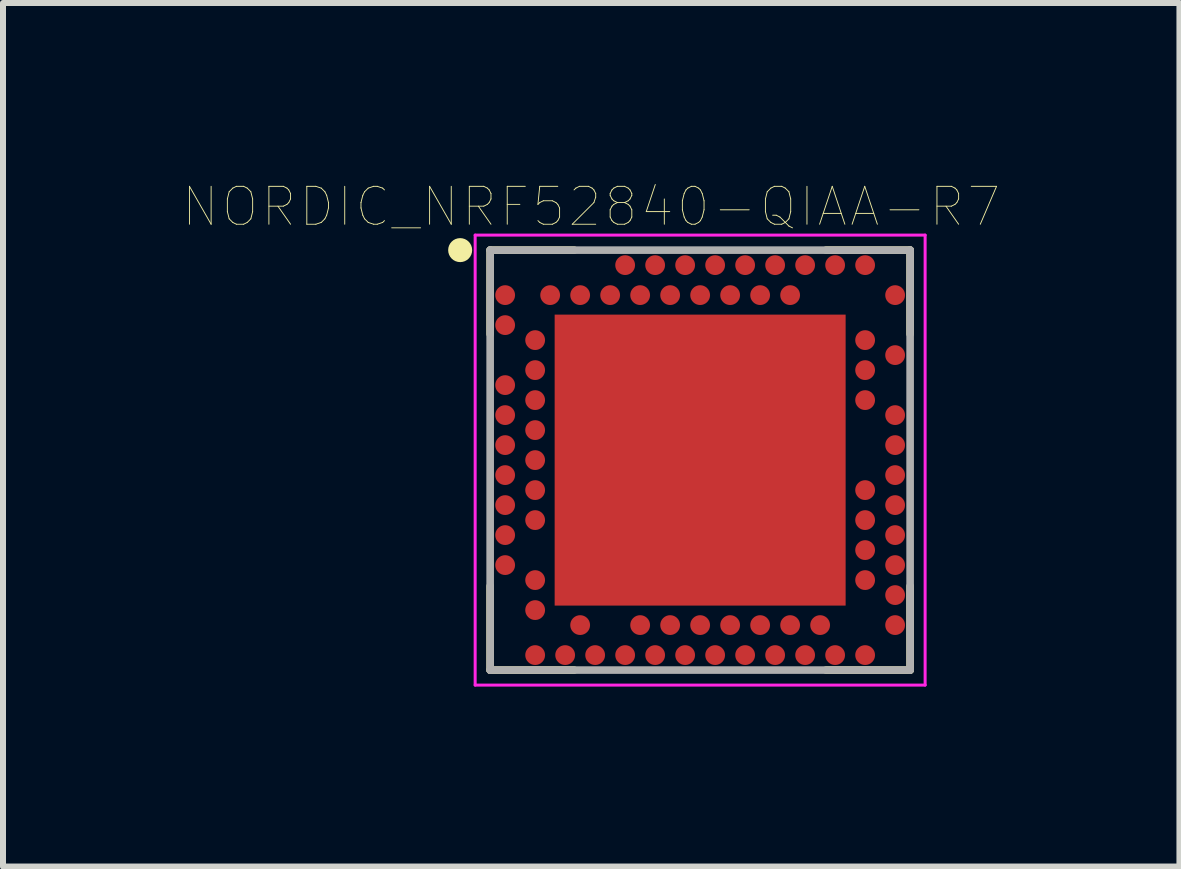
<source format=kicad_pcb>
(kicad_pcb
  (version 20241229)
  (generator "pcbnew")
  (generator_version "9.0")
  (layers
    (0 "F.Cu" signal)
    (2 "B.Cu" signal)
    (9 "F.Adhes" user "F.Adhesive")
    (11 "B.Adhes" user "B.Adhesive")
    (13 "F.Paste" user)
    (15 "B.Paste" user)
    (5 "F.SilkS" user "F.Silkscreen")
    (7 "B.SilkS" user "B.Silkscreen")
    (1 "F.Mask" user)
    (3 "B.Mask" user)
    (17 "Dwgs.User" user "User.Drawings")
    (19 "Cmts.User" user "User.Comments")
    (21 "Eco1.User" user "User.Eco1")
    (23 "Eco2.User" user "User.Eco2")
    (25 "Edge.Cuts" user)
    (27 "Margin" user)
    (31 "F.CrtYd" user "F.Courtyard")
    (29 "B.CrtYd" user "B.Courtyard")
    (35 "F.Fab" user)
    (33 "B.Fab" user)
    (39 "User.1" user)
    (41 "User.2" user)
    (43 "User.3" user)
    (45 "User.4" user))
  (footprint "NORDIC_NRF52840-QIAA-R7"
    (layer "F.Cu")
    (at 8.62 4.619)
    (property "Reference" "NORDIC_NRF52840-QIAA-R7" (at -1.816 -4.223 0) (layer "F.SilkS") (effects (font (size 0.632 0.632) (thickness 0.015))))
    (attr through_hole)
    (fp_line (start -3.5 -2.1) (end -3.5 -3.5) (stroke (width 0.127) (type solid)) (layer "F.SilkS"))
    (fp_line (start -3.5 2.1) (end -3.5 3.5) (stroke (width 0.127) (type solid)) (layer "F.SilkS"))
    (fp_line (start -3.5 3.5) (end -2.1 3.5) (stroke (width 0.127) (type solid)) (layer "F.SilkS"))
    (fp_line (start -2.1 -3.5) (end -3.5 -3.5) (stroke (width 0.127) (type solid)) (layer "F.SilkS"))
    (fp_line (start 2.1 3.5) (end 3.5 3.5) (stroke (width 0.127) (type solid)) (layer "F.SilkS"))
    (fp_line (start 3.5 -3.5) (end 2.1 -3.5) (stroke (width 0.127) (type solid)) (layer "F.SilkS"))
    (fp_line (start 3.5 -2.1) (end 3.5 -3.5) (stroke (width 0.127) (type solid)) (layer "F.SilkS"))
    (fp_line (start 3.5 3.5) (end 3.5 2.1) (stroke (width 0.127) (type solid)) (layer "F.SilkS"))
    (fp_circle (center -4 -3.5) (end -3.9 -3.5) (stroke (width 0.2) (type solid)) (fill no) (layer "F.SilkS"))
    (fp_poly (pts (xy -1.531 -1.53) (xy 1.53 -1.53) (xy 1.53 1.531) (xy -1.531 1.531)) (stroke (width 0.01) (type solid)) (fill yes) (layer "F.Paste"))
    (fp_line (start -3.75 -3.75) (end -3.75 3.75) (stroke (width 0.05) (type solid)) (layer "F.CrtYd"))
    (fp_line (start -3.75 3.75) (end 3.75 3.75) (stroke (width 0.05) (type solid)) (layer "F.CrtYd"))
    (fp_line (start 3.75 -3.75) (end -3.75 -3.75) (stroke (width 0.05) (type solid)) (layer "F.CrtYd"))
    (fp_line (start 3.75 3.75) (end 3.75 -3.75) (stroke (width 0.05) (type solid)) (layer "F.CrtYd"))
    (fp_line (start -3.5 -3.5) (end -3.5 3.5) (stroke (width 0.127) (type solid)) (layer "F.Fab"))
    (fp_line (start -3.5 3.5) (end 3.5 3.5) (stroke (width 0.127) (type solid)) (layer "F.Fab"))
    (fp_line (start 3.5 -3.5) (end -3.5 -3.5) (stroke (width 0.127) (type solid)) (layer "F.Fab"))
    (fp_line (start 3.5 3.5) (end 3.5 -3.5) (stroke (width 0.127) (type solid)) (layer "F.Fab"))
    (pad "A8" smd circle (at -1.25 -3.25) (size 0.33 0.33) (layers "F.Cu" "F.Mask" "F.Paste"))
    (pad "A10" smd circle (at -0.75 -3.25) (size 0.33 0.33) (layers "F.Cu" "F.Mask" "F.Paste"))
    (pad "A12" smd circle (at -0.25 -3.25) (size 0.33 0.33) (layers "F.Cu" "F.Mask" "F.Paste"))
    (pad "A14" smd circle (at 0.25 -3.25) (size 0.33 0.33) (layers "F.Cu" "F.Mask" "F.Paste"))
    (pad "A16" smd circle (at 0.75 -3.25) (size 0.33 0.33) (layers "F.Cu" "F.Mask" "F.Paste"))
    (pad "A18" smd circle (at 1.25 -3.25) (size 0.33 0.33) (layers "F.Cu" "F.Mask" "F.Paste"))
    (pad "A20" smd circle (at 1.75 -3.25) (size 0.33 0.33) (layers "F.Cu" "F.Mask" "F.Paste"))
    (pad "A22" smd circle (at 2.25 -3.25) (size 0.33 0.33) (layers "F.Cu" "F.Mask" "F.Paste"))
    (pad "A23" smd circle (at 2.75 -3.25) (size 0.33 0.33) (layers "F.Cu" "F.Mask" "F.Paste"))
    (pad "AA24" smd circle (at 3.25 2.25) (size 0.33 0.33) (layers "F.Cu" "F.Mask" "F.Paste"))
    (pad "AB2" smd circle (at -2.75 2.5) (size 0.33 0.33) (layers "F.Cu" "F.Mask" "F.Paste"))
    (pad "AC5" smd circle (at -2 2.75) (size 0.33 0.33) (layers "F.Cu" "F.Mask" "F.Paste"))
    (pad "AC9" smd circle (at -1 2.75) (size 0.33 0.33) (layers "F.Cu" "F.Mask" "F.Paste"))
    (pad "AC11" smd circle (at -0.5 2.75) (size 0.33 0.33) (layers "F.Cu" "F.Mask" "F.Paste"))
    (pad "AC13" smd circle (at 0 2.75) (size 0.33 0.33) (layers "F.Cu" "F.Mask" "F.Paste"))
    (pad "AC15" smd circle (at 0.5 2.75) (size 0.33 0.33) (layers "F.Cu" "F.Mask" "F.Paste"))
    (pad "AC17" smd circle (at 1 2.75) (size 0.33 0.33) (layers "F.Cu" "F.Mask" "F.Paste"))
    (pad "AC19" smd circle (at 1.5 2.75) (size 0.33 0.33) (layers "F.Cu" "F.Mask" "F.Paste"))
    (pad "AC21" smd circle (at 2 2.75) (size 0.33 0.33) (layers "F.Cu" "F.Mask" "F.Paste"))
    (pad "AC24" smd circle (at 3.25 2.75) (size 0.33 0.33) (layers "F.Cu" "F.Mask" "F.Paste"))
    (pad "AD2" smd circle (at -2.75 3.25) (size 0.33 0.33) (layers "F.Cu" "F.Mask" "F.Paste"))
    (pad "AD4" smd circle (at -2.25 3.25) (size 0.33 0.33) (layers "F.Cu" "F.Mask" "F.Paste"))
    (pad "AD6" smd circle (at -1.75 3.25) (size 0.33 0.33) (layers "F.Cu" "F.Mask" "F.Paste"))
    (pad "AD8" smd circle (at -1.25 3.25) (size 0.33 0.33) (layers "F.Cu" "F.Mask" "F.Paste"))
    (pad "AD10" smd circle (at -0.75 3.25) (size 0.33 0.33) (layers "F.Cu" "F.Mask" "F.Paste"))
    (pad "AD12" smd circle (at -0.25 3.25) (size 0.33 0.33) (layers "F.Cu" "F.Mask" "F.Paste"))
    (pad "AD14" smd circle (at 0.25 3.25) (size 0.33 0.33) (layers "F.Cu" "F.Mask" "F.Paste"))
    (pad "AD16" smd circle (at 0.75 3.25) (size 0.33 0.33) (layers "F.Cu" "F.Mask" "F.Paste"))
    (pad "AD18" smd circle (at 1.25 3.25) (size 0.33 0.33) (layers "F.Cu" "F.Mask" "F.Paste"))
    (pad "AD20" smd circle (at 1.75 3.25) (size 0.33 0.33) (layers "F.Cu" "F.Mask" "F.Paste"))
    (pad "AD22" smd circle (at 2.25 3.25) (size 0.33 0.33) (layers "F.Cu" "F.Mask" "F.Paste"))
    (pad "AD23" smd circle (at 2.75 3.25) (size 0.33 0.33) (layers "F.Cu" "F.Mask" "F.Paste"))
    (pad "B1" smd circle (at -3.25 -2.75) (size 0.33 0.33) (layers "F.Cu" "F.Mask" "F.Paste"))
    (pad "B3" smd circle (at -2.5 -2.75) (size 0.33 0.33) (layers "F.Cu" "F.Mask" "F.Paste"))
    (pad "B5" smd circle (at -2 -2.75) (size 0.33 0.33) (layers "F.Cu" "F.Mask" "F.Paste"))
    (pad "B7" smd circle (at -1.5 -2.75) (size 0.33 0.33) (layers "F.Cu" "F.Mask" "F.Paste"))
    (pad "B9" smd circle (at -1 -2.75) (size 0.33 0.33) (layers "F.Cu" "F.Mask" "F.Paste"))
    (pad "B11" smd circle (at -0.5 -2.75) (size 0.33 0.33) (layers "F.Cu" "F.Mask" "F.Paste"))
    (pad "B13" smd circle (at 0 -2.75) (size 0.33 0.33) (layers "F.Cu" "F.Mask" "F.Paste"))
    (pad "B15" smd circle (at 0.5 -2.75) (size 0.33 0.33) (layers "F.Cu" "F.Mask" "F.Paste"))
    (pad "B17" smd circle (at 1 -2.75) (size 0.33 0.33) (layers "F.Cu" "F.Mask" "F.Paste"))
    (pad "B19" smd circle (at 1.5 -2.75) (size 0.33 0.33) (layers "F.Cu" "F.Mask" "F.Paste"))
    (pad "B24" smd circle (at 3.25 -2.75) (size 0.33 0.33) (layers "F.Cu" "F.Mask" "F.Paste"))
    (pad "C1" smd circle (at -3.25 -2.25) (size 0.33 0.33) (layers "F.Cu" "F.Mask" "F.Paste"))
    (pad "D2" smd circle (at -2.75 -2) (size 0.33 0.33) (layers "F.Cu" "F.Mask" "F.Paste"))
    (pad "D23" smd circle (at 2.75 -2) (size 0.33 0.33) (layers "F.Cu" "F.Mask" "F.Paste"))
    (pad "E24" smd circle (at 3.25 -1.75) (size 0.33 0.33) (layers "F.Cu" "F.Mask" "F.Paste"))
    (pad "EXP" smd rect (at 0 0) (size 4.85 4.85) (layers "F.Cu" "F.Mask"))
    (pad "F2" smd circle (at -2.75 -1.5) (size 0.33 0.33) (layers "F.Cu" "F.Mask" "F.Paste"))
    (pad "F23" smd circle (at 2.75 -1.5) (size 0.33 0.33) (layers "F.Cu" "F.Mask" "F.Paste"))
    (pad "G1" smd circle (at -3.25 -1.25) (size 0.33 0.33) (layers "F.Cu" "F.Mask" "F.Paste"))
    (pad "H2" smd circle (at -2.75 -1) (size 0.33 0.33) (layers "F.Cu" "F.Mask" "F.Paste"))
    (pad "H23" smd circle (at 2.75 -1) (size 0.33 0.33) (layers "F.Cu" "F.Mask" "F.Paste"))
    (pad "J1" smd circle (at -3.25 -0.75) (size 0.33 0.33) (layers "F.Cu" "F.Mask" "F.Paste"))
    (pad "J24" smd circle (at 3.25 -0.75) (size 0.33 0.33) (layers "F.Cu" "F.Mask" "F.Paste"))
    (pad "K2" smd circle (at -2.75 -0.5) (size 0.33 0.33) (layers "F.Cu" "F.Mask" "F.Paste"))
    (pad "L1" smd circle (at -3.25 -0.25) (size 0.33 0.33) (layers "F.Cu" "F.Mask" "F.Paste"))
    (pad "L24" smd circle (at 3.25 -0.25) (size 0.33 0.33) (layers "F.Cu" "F.Mask" "F.Paste"))
    (pad "M2" smd circle (at -2.75 0) (size 0.33 0.33) (layers "F.Cu" "F.Mask" "F.Paste"))
    (pad "N1" smd circle (at -3.25 0.25) (size 0.33 0.33) (layers "F.Cu" "F.Mask" "F.Paste"))
    (pad "N24" smd circle (at 3.25 0.25) (size 0.33 0.33) (layers "F.Cu" "F.Mask" "F.Paste"))
    (pad "P2" smd circle (at -2.75 0.5) (size 0.33 0.33) (layers "F.Cu" "F.Mask" "F.Paste"))
    (pad "P23" smd circle (at 2.75 0.5) (size 0.33 0.33) (layers "F.Cu" "F.Mask" "F.Paste"))
    (pad "R1" smd circle (at -3.25 0.75) (size 0.33 0.33) (layers "F.Cu" "F.Mask" "F.Paste"))
    (pad "R24" smd circle (at 3.25 0.75) (size 0.33 0.33) (layers "F.Cu" "F.Mask" "F.Paste"))
    (pad "T2" smd circle (at -2.75 1) (size 0.33 0.33) (layers "F.Cu" "F.Mask" "F.Paste"))
    (pad "T23" smd circle (at 2.75 1) (size 0.33 0.33) (layers "F.Cu" "F.Mask" "F.Paste"))
    (pad "U1" smd circle (at -3.25 1.25) (size 0.33 0.33) (layers "F.Cu" "F.Mask" "F.Paste"))
    (pad "U24" smd circle (at 3.25 1.25) (size 0.33 0.33) (layers "F.Cu" "F.Mask" "F.Paste"))
    (pad "V23" smd circle (at 2.75 1.5) (size 0.33 0.33) (layers "F.Cu" "F.Mask" "F.Paste"))
    (pad "W1" smd circle (at -3.25 1.75) (size 0.33 0.33) (layers "F.Cu" "F.Mask" "F.Paste"))
    (pad "W24" smd circle (at 3.25 1.75) (size 0.33 0.33) (layers "F.Cu" "F.Mask" "F.Paste"))
    (pad "Y2" smd circle (at -2.75 2) (size 0.33 0.33) (layers "F.Cu" "F.Mask" "F.Paste"))
    (pad "Y23" smd circle (at 2.75 2) (size 0.33 0.33) (layers "F.Cu" "F.Mask" "F.Paste")))
  (gr_rect
    (start -3 -3)
    (end 16.609 11.394)
    (stroke (width 0.1) (type default))
    (fill no)
    (layer "Edge.Cuts")))
</source>
